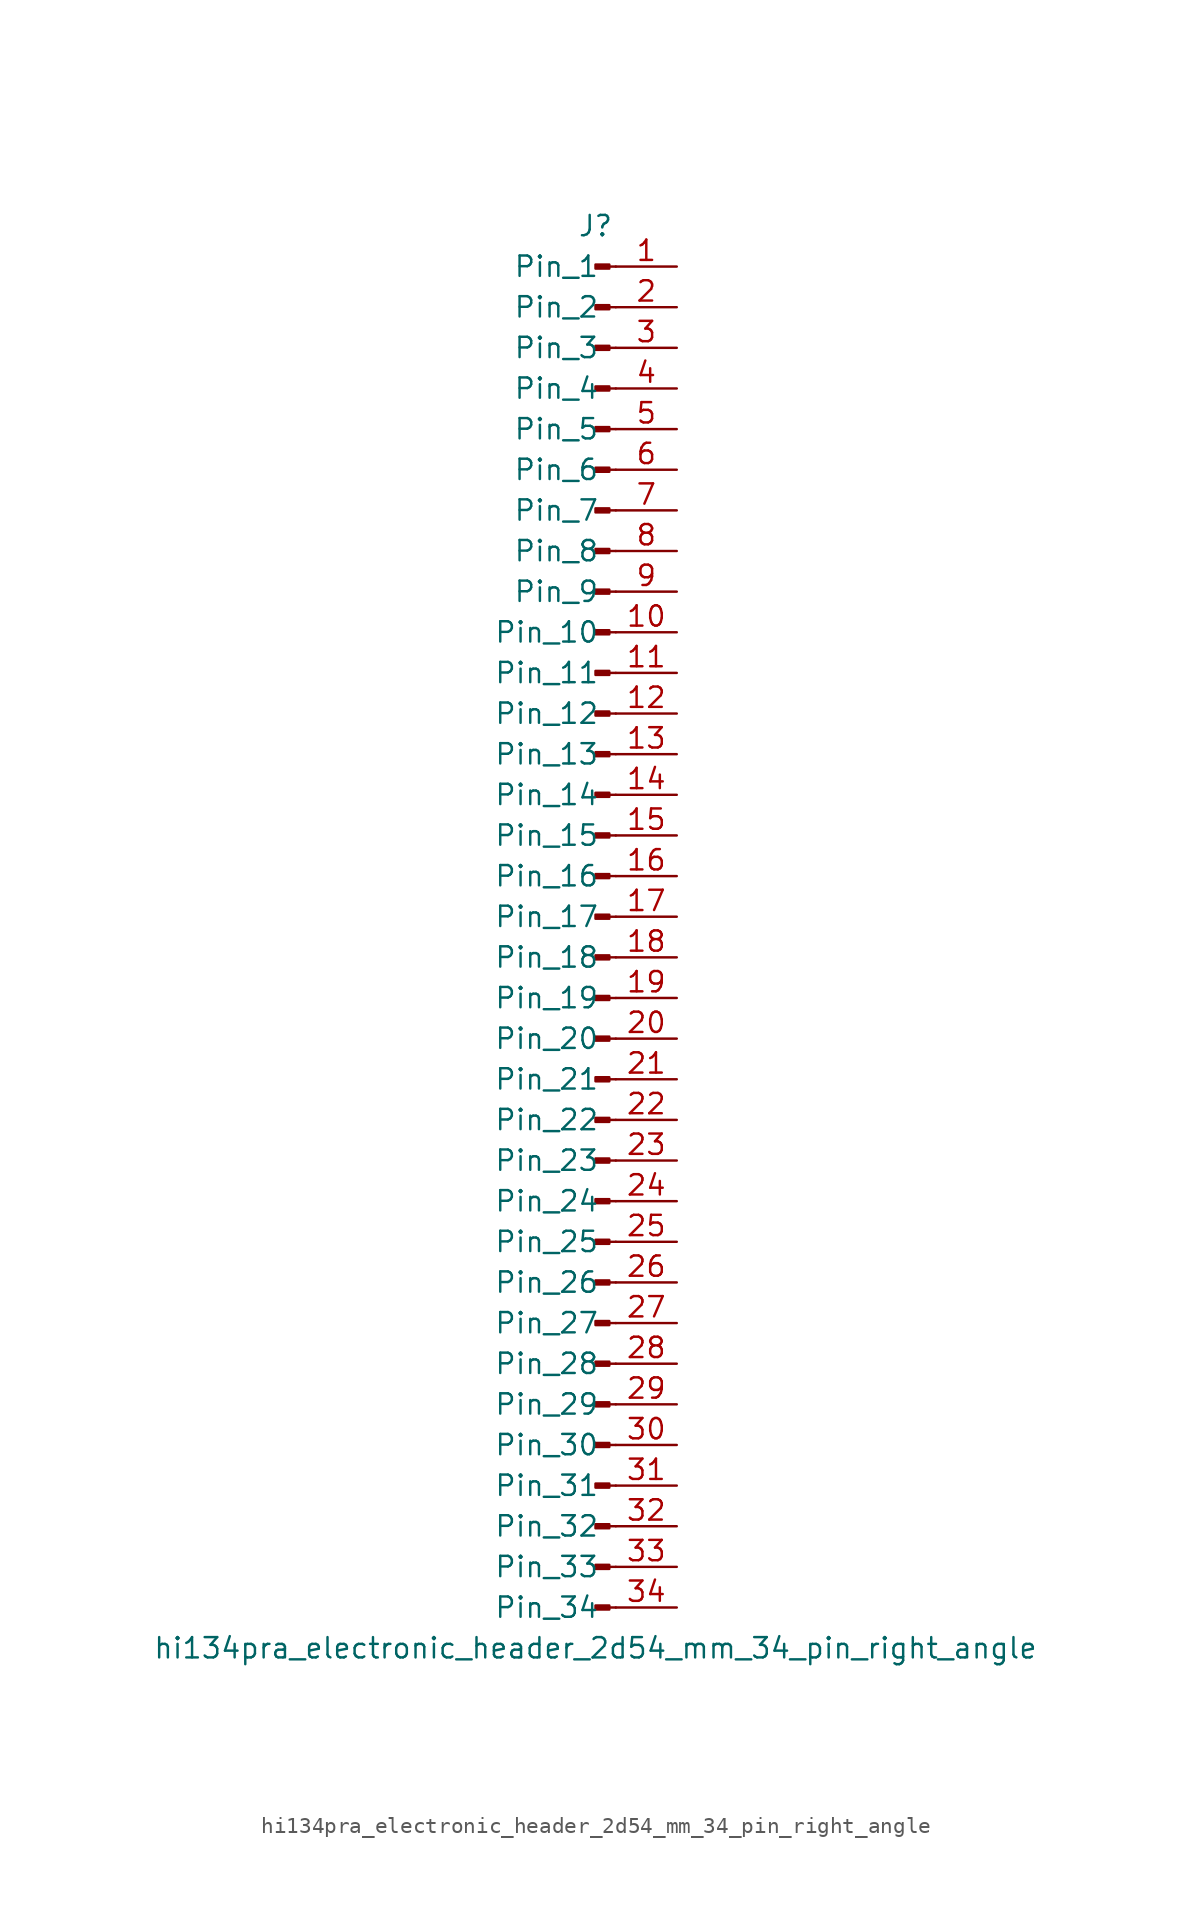
<source format=kicad_sym>
(kicad_symbol_lib
  (version 20220914)
  (generator kicad_symbol_editor)
  (symbol "hi134pra_electronic_header_2d54_mm_34_pin_right_angle"
    (pin_names
      (offset 1.016))
    (property "Reference" "J"
      (at 0 43.18 0)
      (effects (font (size 1.27 1.27))))
    (property "Value" "hi134pra_electronic_header_2d54_mm_34_pin_right_angle"
      (at 0 -45.72 0)
      (effects (font (size 1.27 1.27))))
    (property "ki_locked" ""
      (at 0 0 0)
      (effects (font (size 1.27 1.27))))
    (symbol "hi134pra_electronic_header_2d54_mm_34_pin_right_angle_1_1"
      (polyline (pts (xy 1.27 -43.18) (xy 0.864 -43.18)) (stroke (width 0.152) (type default)) (fill (type none)))
      (polyline (pts (xy 1.27 -40.64) (xy 0.864 -40.64)) (stroke (width 0.152) (type default)) (fill (type none)))
      (polyline (pts (xy 1.27 -38.1) (xy 0.864 -38.1)) (stroke (width 0.152) (type default)) (fill (type none)))
      (polyline (pts (xy 1.27 -35.56) (xy 0.864 -35.56)) (stroke (width 0.152) (type default)) (fill (type none)))
      (polyline (pts (xy 1.27 -33.02) (xy 0.864 -33.02)) (stroke (width 0.152) (type default)) (fill (type none)))
      (polyline (pts (xy 1.27 -30.48) (xy 0.864 -30.48)) (stroke (width 0.152) (type default)) (fill (type none)))
      (polyline (pts (xy 1.27 -27.94) (xy 0.864 -27.94)) (stroke (width 0.152) (type default)) (fill (type none)))
      (polyline (pts (xy 1.27 -25.4) (xy 0.864 -25.4)) (stroke (width 0.152) (type default)) (fill (type none)))
      (polyline (pts (xy 1.27 -22.86) (xy 0.864 -22.86)) (stroke (width 0.152) (type default)) (fill (type none)))
      (polyline (pts (xy 1.27 -20.32) (xy 0.864 -20.32)) (stroke (width 0.152) (type default)) (fill (type none)))
      (polyline (pts (xy 1.27 -17.78) (xy 0.864 -17.78)) (stroke (width 0.152) (type default)) (fill (type none)))
      (polyline (pts (xy 1.27 -15.24) (xy 0.864 -15.24)) (stroke (width 0.152) (type default)) (fill (type none)))
      (polyline (pts (xy 1.27 -12.7) (xy 0.864 -12.7)) (stroke (width 0.152) (type default)) (fill (type none)))
      (polyline (pts (xy 1.27 -10.16) (xy 0.864 -10.16)) (stroke (width 0.152) (type default)) (fill (type none)))
      (polyline (pts (xy 1.27 -7.62) (xy 0.864 -7.62)) (stroke (width 0.152) (type default)) (fill (type none)))
      (polyline (pts (xy 1.27 -5.08) (xy 0.864 -5.08)) (stroke (width 0.152) (type default)) (fill (type none)))
      (polyline (pts (xy 1.27 -2.54) (xy 0.864 -2.54)) (stroke (width 0.152) (type default)) (fill (type none)))
      (polyline (pts (xy 1.27 0) (xy 0.864 0)) (stroke (width 0.152) (type default)) (fill (type none)))
      (polyline (pts (xy 1.27 2.54) (xy 0.864 2.54)) (stroke (width 0.152) (type default)) (fill (type none)))
      (polyline (pts (xy 1.27 5.08) (xy 0.864 5.08)) (stroke (width 0.152) (type default)) (fill (type none)))
      (polyline (pts (xy 1.27 7.62) (xy 0.864 7.62)) (stroke (width 0.152) (type default)) (fill (type none)))
      (polyline (pts (xy 1.27 10.16) (xy 0.864 10.16)) (stroke (width 0.152) (type default)) (fill (type none)))
      (polyline (pts (xy 1.27 12.7) (xy 0.864 12.7)) (stroke (width 0.152) (type default)) (fill (type none)))
      (polyline (pts (xy 1.27 15.24) (xy 0.864 15.24)) (stroke (width 0.152) (type default)) (fill (type none)))
      (polyline (pts (xy 1.27 17.78) (xy 0.864 17.78)) (stroke (width 0.152) (type default)) (fill (type none)))
      (polyline (pts (xy 1.27 20.32) (xy 0.864 20.32)) (stroke (width 0.152) (type default)) (fill (type none)))
      (polyline (pts (xy 1.27 22.86) (xy 0.864 22.86)) (stroke (width 0.152) (type default)) (fill (type none)))
      (polyline (pts (xy 1.27 25.4) (xy 0.864 25.4)) (stroke (width 0.152) (type default)) (fill (type none)))
      (polyline (pts (xy 1.27 27.94) (xy 0.864 27.94)) (stroke (width 0.152) (type default)) (fill (type none)))
      (polyline (pts (xy 1.27 30.48) (xy 0.864 30.48)) (stroke (width 0.152) (type default)) (fill (type none)))
      (polyline (pts (xy 1.27 33.02) (xy 0.864 33.02)) (stroke (width 0.152) (type default)) (fill (type none)))
      (polyline (pts (xy 1.27 35.56) (xy 0.864 35.56)) (stroke (width 0.152) (type default)) (fill (type none)))
      (polyline (pts (xy 1.27 38.1) (xy 0.864 38.1)) (stroke (width 0.152) (type default)) (fill (type none)))
      (polyline (pts (xy 1.27 40.64) (xy 0.864 40.64)) (stroke (width 0.152) (type default)) (fill (type none)))
      (rectangle (start 0.864 -43.053) (end 0 -43.307) (stroke (width 0.152) (type default)) (fill (type outline)))
      (rectangle (start 0.864 -40.513) (end 0 -40.767) (stroke (width 0.152) (type default)) (fill (type outline)))
      (rectangle (start 0.864 -37.973) (end 0 -38.227) (stroke (width 0.152) (type default)) (fill (type outline)))
      (rectangle (start 0.864 -35.433) (end 0 -35.687) (stroke (width 0.152) (type default)) (fill (type outline)))
      (rectangle (start 0.864 -32.893) (end 0 -33.147) (stroke (width 0.152) (type default)) (fill (type outline)))
      (rectangle (start 0.864 -30.353) (end 0 -30.607) (stroke (width 0.152) (type default)) (fill (type outline)))
      (rectangle (start 0.864 -27.813) (end 0 -28.067) (stroke (width 0.152) (type default)) (fill (type outline)))
      (rectangle (start 0.864 -25.273) (end 0 -25.527) (stroke (width 0.152) (type default)) (fill (type outline)))
      (rectangle (start 0.864 -22.733) (end 0 -22.987) (stroke (width 0.152) (type default)) (fill (type outline)))
      (rectangle (start 0.864 -20.193) (end 0 -20.447) (stroke (width 0.152) (type default)) (fill (type outline)))
      (rectangle (start 0.864 -17.653) (end 0 -17.907) (stroke (width 0.152) (type default)) (fill (type outline)))
      (rectangle (start 0.864 -15.113) (end 0 -15.367) (stroke (width 0.152) (type default)) (fill (type outline)))
      (rectangle (start 0.864 -12.573) (end 0 -12.827) (stroke (width 0.152) (type default)) (fill (type outline)))
      (rectangle (start 0.864 -10.033) (end 0 -10.287) (stroke (width 0.152) (type default)) (fill (type outline)))
      (rectangle (start 0.864 -7.493) (end 0 -7.747) (stroke (width 0.152) (type default)) (fill (type outline)))
      (rectangle (start 0.864 -4.953) (end 0 -5.207) (stroke (width 0.152) (type default)) (fill (type outline)))
      (rectangle (start 0.864 -2.413) (end 0 -2.667) (stroke (width 0.152) (type default)) (fill (type outline)))
      (rectangle (start 0.864 0.127) (end 0 -0.127) (stroke (width 0.152) (type default)) (fill (type outline)))
      (rectangle (start 0.864 2.667) (end 0 2.413) (stroke (width 0.152) (type default)) (fill (type outline)))
      (rectangle (start 0.864 5.207) (end 0 4.953) (stroke (width 0.152) (type default)) (fill (type outline)))
      (rectangle (start 0.864 7.747) (end 0 7.493) (stroke (width 0.152) (type default)) (fill (type outline)))
      (rectangle (start 0.864 10.287) (end 0 10.033) (stroke (width 0.152) (type default)) (fill (type outline)))
      (rectangle (start 0.864 12.827) (end 0 12.573) (stroke (width 0.152) (type default)) (fill (type outline)))
      (rectangle (start 0.864 15.367) (end 0 15.113) (stroke (width 0.152) (type default)) (fill (type outline)))
      (rectangle (start 0.864 17.907) (end 0 17.653) (stroke (width 0.152) (type default)) (fill (type outline)))
      (rectangle (start 0.864 20.447) (end 0 20.193) (stroke (width 0.152) (type default)) (fill (type outline)))
      (rectangle (start 0.864 22.987) (end 0 22.733) (stroke (width 0.152) (type default)) (fill (type outline)))
      (rectangle (start 0.864 25.527) (end 0 25.273) (stroke (width 0.152) (type default)) (fill (type outline)))
      (rectangle (start 0.864 28.067) (end 0 27.813) (stroke (width 0.152) (type default)) (fill (type outline)))
      (rectangle (start 0.864 30.607) (end 0 30.353) (stroke (width 0.152) (type default)) (fill (type outline)))
      (rectangle (start 0.864 33.147) (end 0 32.893) (stroke (width 0.152) (type default)) (fill (type outline)))
      (rectangle (start 0.864 35.687) (end 0 35.433) (stroke (width 0.152) (type default)) (fill (type outline)))
      (rectangle (start 0.864 38.227) (end 0 37.973) (stroke (width 0.152) (type default)) (fill (type outline)))
      (rectangle (start 0.864 40.767) (end 0 40.513) (stroke (width 0.152) (type default)) (fill (type outline)))
      (pin passive line (at 5.08 40.64 180) (length 3.81) (name "Pin_1" (effects (font (size 1.27 1.27)))) (number "1" (effects (font (size 1.27 1.27)))))
      (pin passive line (at 5.08 17.78 180) (length 3.81) (name "Pin_10" (effects (font (size 1.27 1.27)))) (number "10" (effects (font (size 1.27 1.27)))))
      (pin passive line (at 5.08 15.24 180) (length 3.81) (name "Pin_11" (effects (font (size 1.27 1.27)))) (number "11" (effects (font (size 1.27 1.27)))))
      (pin passive line (at 5.08 12.7 180) (length 3.81) (name "Pin_12" (effects (font (size 1.27 1.27)))) (number "12" (effects (font (size 1.27 1.27)))))
      (pin passive line (at 5.08 10.16 180) (length 3.81) (name "Pin_13" (effects (font (size 1.27 1.27)))) (number "13" (effects (font (size 1.27 1.27)))))
      (pin passive line (at 5.08 7.62 180) (length 3.81) (name "Pin_14" (effects (font (size 1.27 1.27)))) (number "14" (effects (font (size 1.27 1.27)))))
      (pin passive line (at 5.08 5.08 180) (length 3.81) (name "Pin_15" (effects (font (size 1.27 1.27)))) (number "15" (effects (font (size 1.27 1.27)))))
      (pin passive line (at 5.08 2.54 180) (length 3.81) (name "Pin_16" (effects (font (size 1.27 1.27)))) (number "16" (effects (font (size 1.27 1.27)))))
      (pin passive line (at 5.08 0 180) (length 3.81) (name "Pin_17" (effects (font (size 1.27 1.27)))) (number "17" (effects (font (size 1.27 1.27)))))
      (pin passive line (at 5.08 -2.54 180) (length 3.81) (name "Pin_18" (effects (font (size 1.27 1.27)))) (number "18" (effects (font (size 1.27 1.27)))))
      (pin passive line (at 5.08 -5.08 180) (length 3.81) (name "Pin_19" (effects (font (size 1.27 1.27)))) (number "19" (effects (font (size 1.27 1.27)))))
      (pin passive line (at 5.08 38.1 180) (length 3.81) (name "Pin_2" (effects (font (size 1.27 1.27)))) (number "2" (effects (font (size 1.27 1.27)))))
      (pin passive line (at 5.08 -7.62 180) (length 3.81) (name "Pin_20" (effects (font (size 1.27 1.27)))) (number "20" (effects (font (size 1.27 1.27)))))
      (pin passive line (at 5.08 -10.16 180) (length 3.81) (name "Pin_21" (effects (font (size 1.27 1.27)))) (number "21" (effects (font (size 1.27 1.27)))))
      (pin passive line (at 5.08 -12.7 180) (length 3.81) (name "Pin_22" (effects (font (size 1.27 1.27)))) (number "22" (effects (font (size 1.27 1.27)))))
      (pin passive line (at 5.08 -15.24 180) (length 3.81) (name "Pin_23" (effects (font (size 1.27 1.27)))) (number "23" (effects (font (size 1.27 1.27)))))
      (pin passive line (at 5.08 -17.78 180) (length 3.81) (name "Pin_24" (effects (font (size 1.27 1.27)))) (number "24" (effects (font (size 1.27 1.27)))))
      (pin passive line (at 5.08 -20.32 180) (length 3.81) (name "Pin_25" (effects (font (size 1.27 1.27)))) (number "25" (effects (font (size 1.27 1.27)))))
      (pin passive line (at 5.08 -22.86 180) (length 3.81) (name "Pin_26" (effects (font (size 1.27 1.27)))) (number "26" (effects (font (size 1.27 1.27)))))
      (pin passive line (at 5.08 -25.4 180) (length 3.81) (name "Pin_27" (effects (font (size 1.27 1.27)))) (number "27" (effects (font (size 1.27 1.27)))))
      (pin passive line (at 5.08 -27.94 180) (length 3.81) (name "Pin_28" (effects (font (size 1.27 1.27)))) (number "28" (effects (font (size 1.27 1.27)))))
      (pin passive line (at 5.08 -30.48 180) (length 3.81) (name "Pin_29" (effects (font (size 1.27 1.27)))) (number "29" (effects (font (size 1.27 1.27)))))
      (pin passive line (at 5.08 35.56 180) (length 3.81) (name "Pin_3" (effects (font (size 1.27 1.27)))) (number "3" (effects (font (size 1.27 1.27)))))
      (pin passive line (at 5.08 -33.02 180) (length 3.81) (name "Pin_30" (effects (font (size 1.27 1.27)))) (number "30" (effects (font (size 1.27 1.27)))))
      (pin passive line (at 5.08 -35.56 180) (length 3.81) (name "Pin_31" (effects (font (size 1.27 1.27)))) (number "31" (effects (font (size 1.27 1.27)))))
      (pin passive line (at 5.08 -38.1 180) (length 3.81) (name "Pin_32" (effects (font (size 1.27 1.27)))) (number "32" (effects (font (size 1.27 1.27)))))
      (pin passive line (at 5.08 -40.64 180) (length 3.81) (name "Pin_33" (effects (font (size 1.27 1.27)))) (number "33" (effects (font (size 1.27 1.27)))))
      (pin passive line (at 5.08 -43.18 180) (length 3.81) (name "Pin_34" (effects (font (size 1.27 1.27)))) (number "34" (effects (font (size 1.27 1.27)))))
      (pin passive line (at 5.08 33.02 180) (length 3.81) (name "Pin_4" (effects (font (size 1.27 1.27)))) (number "4" (effects (font (size 1.27 1.27)))))
      (pin passive line (at 5.08 30.48 180) (length 3.81) (name "Pin_5" (effects (font (size 1.27 1.27)))) (number "5" (effects (font (size 1.27 1.27)))))
      (pin passive line (at 5.08 27.94 180) (length 3.81) (name "Pin_6" (effects (font (size 1.27 1.27)))) (number "6" (effects (font (size 1.27 1.27)))))
      (pin passive line (at 5.08 25.4 180) (length 3.81) (name "Pin_7" (effects (font (size 1.27 1.27)))) (number "7" (effects (font (size 1.27 1.27)))))
      (pin passive line (at 5.08 22.86 180) (length 3.81) (name "Pin_8" (effects (font (size 1.27 1.27)))) (number "8" (effects (font (size 1.27 1.27)))))
      (pin passive line (at 5.08 20.32 180) (length 3.81) (name "Pin_9" (effects (font (size 1.27 1.27)))) (number "9" (effects (font (size 1.27 1.27))))))))
</source>
